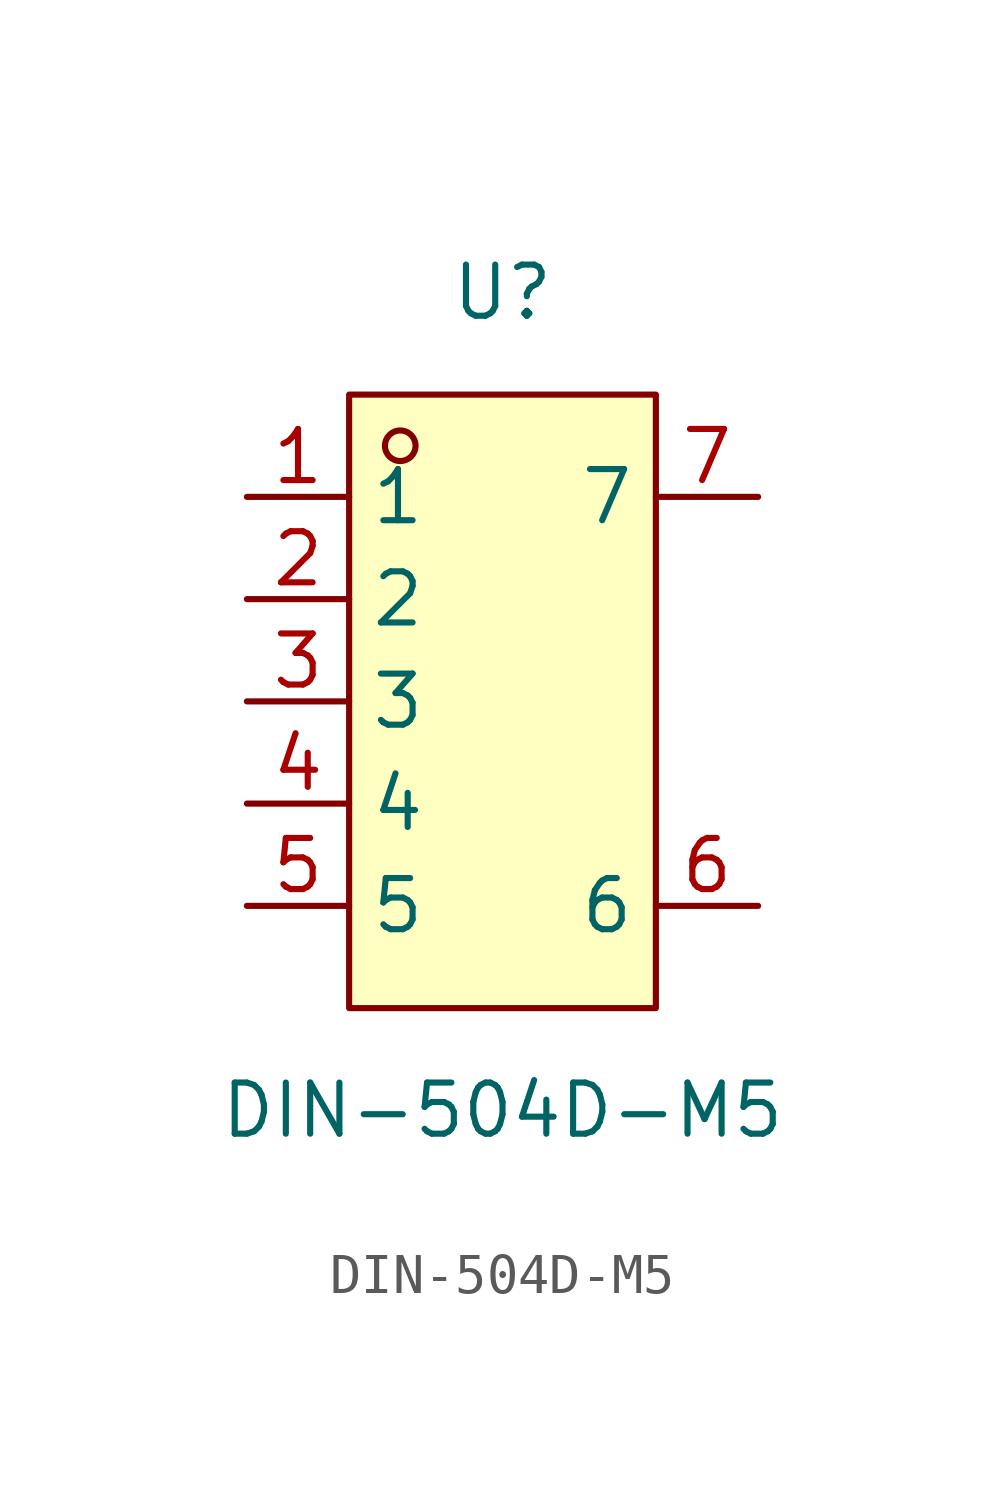
<source format=kicad_sym>
(kicad_symbol_lib
  (version 20211014)
  (generator https://github.com/uPesy/easyeda2kicad.py)
  (symbol "DIN-504D-M5"
    (property "Reference" "U"
      (at 0 10.16 0)
      (effects (font (size 1.27 1.27))))
    (property "Value" "DIN-504D-M5"
      (at 0 -10.16 0)
      (effects (font (size 1.27 1.27))))
    (symbol "DIN-504D-M5_0_1"
      (rectangle (start -3.81 7.62) (end 3.81 -7.62) (stroke (width 0) (type default) (color 0 0 0 0)) (fill (type background)))
      (circle (center -2.54 6.35) (radius 0.38) (stroke (width 0) (type default) (color 0 0 0 0)) (fill (type none)))
      (pin unspecified line (at -6.35 5.08 0) (length 2.54) (name "1" (effects (font (size 1.27 1.27)))) (number "1" (effects (font (size 1.27 1.27)))))
      (pin unspecified line (at -6.35 2.54 0) (length 2.54) (name "2" (effects (font (size 1.27 1.27)))) (number "2" (effects (font (size 1.27 1.27)))))
      (pin unspecified line (at -6.35 -0.00 0) (length 2.54) (name "3" (effects (font (size 1.27 1.27)))) (number "3" (effects (font (size 1.27 1.27)))))
      (pin unspecified line (at -6.35 -2.54 0) (length 2.54) (name "4" (effects (font (size 1.27 1.27)))) (number "4" (effects (font (size 1.27 1.27)))))
      (pin unspecified line (at -6.35 -5.08 0) (length 2.54) (name "5" (effects (font (size 1.27 1.27)))) (number "5" (effects (font (size 1.27 1.27)))))
      (pin unspecified line (at 6.35 -5.08 180) (length 2.54) (name "6" (effects (font (size 1.27 1.27)))) (number "6" (effects (font (size 1.27 1.27)))))
      (pin unspecified line (at 6.35 5.08 180) (length 2.54) (name "7" (effects (font (size 1.27 1.27)))) (number "7" (effects (font (size 1.27 1.27))))))))
</source>
